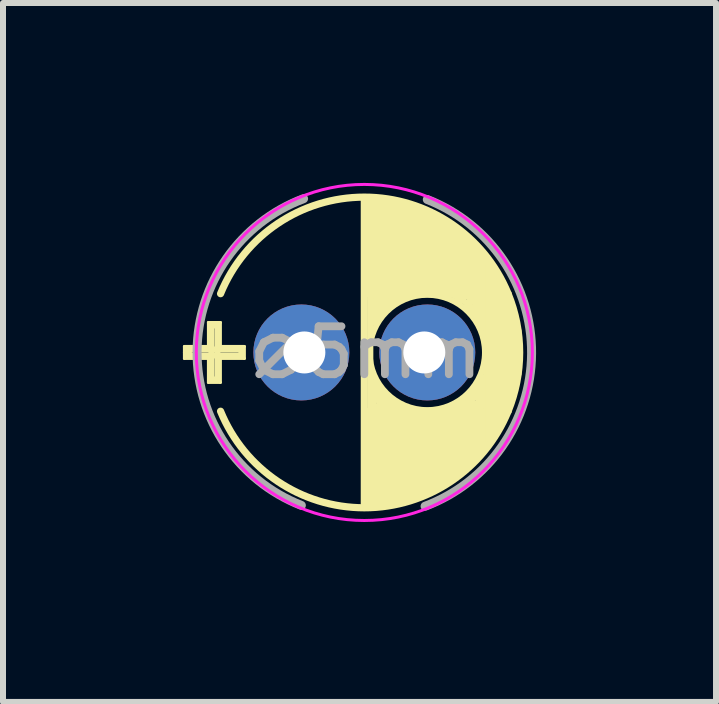
<source format=kicad_pcb>
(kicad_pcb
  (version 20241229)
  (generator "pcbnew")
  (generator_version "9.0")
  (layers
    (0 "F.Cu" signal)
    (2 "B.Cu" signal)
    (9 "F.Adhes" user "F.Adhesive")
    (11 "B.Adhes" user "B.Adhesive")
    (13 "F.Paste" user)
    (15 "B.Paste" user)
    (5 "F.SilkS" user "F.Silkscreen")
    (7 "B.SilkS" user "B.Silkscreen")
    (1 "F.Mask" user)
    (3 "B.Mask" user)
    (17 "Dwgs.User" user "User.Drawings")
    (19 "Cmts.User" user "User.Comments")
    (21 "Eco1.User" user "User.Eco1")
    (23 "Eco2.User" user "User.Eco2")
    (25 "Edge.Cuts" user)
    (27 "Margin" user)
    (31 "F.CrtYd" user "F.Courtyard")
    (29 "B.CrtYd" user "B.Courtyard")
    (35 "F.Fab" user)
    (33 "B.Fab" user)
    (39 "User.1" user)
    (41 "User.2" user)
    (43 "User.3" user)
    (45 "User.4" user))
  (footprint "⌀5mm"
    (layer "F.Cu")
    (at 3.025 2.827)
    (property "Reference" "⌀5mm" (at 0 0 0) (layer "F.Fab") (effects (font (size 0.8 0.8) (thickness 0.13))))
    (attr through_hole)
    (fp_line (start -3 -0.1) (end -3 0.1) (stroke (width 0.05) (type solid)) (layer "F.SilkS"))
    (fp_line (start -3 -0.1) (end -2.6 -0.1) (stroke (width 0.05) (type solid)) (layer "F.SilkS"))
    (fp_line (start -3 0) (end -2.9 0) (stroke (width 0.05) (type solid)) (layer "F.SilkS"))
    (fp_line (start -2.95 -0.05) (end -2.05 -0.05) (stroke (width 0.1) (type solid)) (layer "F.SilkS"))
    (fp_line (start -2.6 -0.5) (end -2.4 -0.5) (stroke (width 0.05) (type solid)) (layer "F.SilkS"))
    (fp_line (start -2.6 -0.1) (end -2.6 -0.5) (stroke (width 0.05) (type solid)) (layer "F.SilkS"))
    (fp_line (start -2.6 0.1) (end -3 0.1) (stroke (width 0.05) (type solid)) (layer "F.SilkS"))
    (fp_line (start -2.6 0.5) (end -2.6 0.1) (stroke (width 0.05) (type solid)) (layer "F.SilkS"))
    (fp_line (start -2.55 -0.45) (end -2.55 0.45) (stroke (width 0.1) (type solid)) (layer "F.SilkS"))
    (fp_line (start -2.55 0.45) (end -2.45 0.45) (stroke (width 0.1) (type solid)) (layer "F.SilkS"))
    (fp_line (start -2.45 -0.45) (end -2.55 -0.45) (stroke (width 0.1) (type solid)) (layer "F.SilkS"))
    (fp_line (start -2.45 0.45) (end -2.45 -0.45) (stroke (width 0.1) (type solid)) (layer "F.SilkS"))
    (fp_line (start -2.4 -0.5) (end -2.4 -0.1) (stroke (width 0.05) (type solid)) (layer "F.SilkS"))
    (fp_line (start -2.4 -0.1) (end -2 -0.1) (stroke (width 0.05) (type solid)) (layer "F.SilkS"))
    (fp_line (start -2.4 0.1) (end -2.4 0.5) (stroke (width 0.05) (type solid)) (layer "F.SilkS"))
    (fp_line (start -2.4 0.5) (end -2.6 0.5) (stroke (width 0.05) (type solid)) (layer "F.SilkS"))
    (fp_line (start -2.05 -0.05) (end -2.05 0.05) (stroke (width 0.1) (type solid)) (layer "F.SilkS"))
    (fp_line (start -2.05 0.05) (end -2.95 0.05) (stroke (width 0.1) (type solid)) (layer "F.SilkS"))
    (fp_line (start -2 -0.1) (end -2 0.1) (stroke (width 0.05) (type solid)) (layer "F.SilkS"))
    (fp_line (start -2 0.1) (end -2.4 0.1) (stroke (width 0.05) (type solid)) (layer "F.SilkS"))
    (fp_line (start 0 -2.55) (end 0 2.55) (stroke (width 0.12) (type solid)) (layer "F.SilkS"))
    (fp_line (start 0.04 -2.55) (end 0.04 -0.98) (stroke (width 0.12) (type solid)) (layer "F.SilkS"))
    (fp_line (start 0.04 0.98) (end 0.04 2.55) (stroke (width 0.12) (type solid)) (layer "F.SilkS"))
    (fp_line (start 0.08 -2.549) (end 0.08 -0.98) (stroke (width 0.12) (type solid)) (layer "F.SilkS"))
    (fp_line (start 0.08 0.98) (end 0.08 2.549) (stroke (width 0.12) (type solid)) (layer "F.SilkS"))
    (fp_line (start 0.1 -0.9) (end 0.6 -0.9) (stroke (width 0.1) (type solid)) (layer "F.SilkS"))
    (fp_line (start 0.1 0.9) (end 0.1 -0.9) (stroke (width 0.1) (type solid)) (layer "F.SilkS"))
    (fp_line (start 0.12 -2.548) (end 0.12 -0.98) (stroke (width 0.12) (type solid)) (layer "F.SilkS"))
    (fp_line (start 0.12 0.98) (end 0.12 2.548) (stroke (width 0.12) (type solid)) (layer "F.SilkS"))
    (fp_line (start 0.15 -0.85) (end 0.4 -0.85) (stroke (width 0.1) (type solid)) (layer "F.SilkS"))
    (fp_line (start 0.15 -0.5) (end 0.15 -0.85) (stroke (width 0.1) (type solid)) (layer "F.SilkS"))
    (fp_line (start 0.15 0.5) (end 0.15 0.9) (stroke (width 0.1) (type solid)) (layer "F.SilkS"))
    (fp_line (start 0.15 0.9) (end 0.5 0.9) (stroke (width 0.1) (type solid)) (layer "F.SilkS"))
    (fp_line (start 0.16 -2.546) (end 0.16 -0.98) (stroke (width 0.12) (type solid)) (layer "F.SilkS"))
    (fp_line (start 0.16 0.98) (end 0.16 2.546) (stroke (width 0.12) (type solid)) (layer "F.SilkS"))
    (fp_line (start 0.2 -2.543) (end 0.2 -0.98) (stroke (width 0.12) (type solid)) (layer "F.SilkS"))
    (fp_line (start 0.2 -0.8) (end 0.25 -0.8) (stroke (width 0.1) (type solid)) (layer "F.SilkS"))
    (fp_line (start 0.2 -0.65) (end 0.2 -0.8) (stroke (width 0.1) (type solid)) (layer "F.SilkS"))
    (fp_line (start 0.2 0.65) (end 0.25 0.85) (stroke (width 0.1) (type solid)) (layer "F.SilkS"))
    (fp_line (start 0.2 0.98) (end 0.2 2.543) (stroke (width 0.12) (type solid)) (layer "F.SilkS"))
    (fp_line (start 0.24 -2.539) (end 0.24 -0.98) (stroke (width 0.12) (type solid)) (layer "F.SilkS"))
    (fp_line (start 0.24 0.98) (end 0.24 2.539) (stroke (width 0.12) (type solid)) (layer "F.SilkS"))
    (fp_line (start 0.25 -0.7) (end 0.2 -0.65) (stroke (width 0.1) (type solid)) (layer "F.SilkS"))
    (fp_line (start 0.25 0.85) (end 0.35 0.85) (stroke (width 0.1) (type solid)) (layer "F.SilkS"))
    (fp_line (start 0.28 -2.535) (end 0.28 -0.98) (stroke (width 0.12) (type solid)) (layer "F.SilkS"))
    (fp_line (start 0.28 0.98) (end 0.28 2.535) (stroke (width 0.12) (type solid)) (layer "F.SilkS"))
    (fp_line (start 0.32 -2.531) (end 0.32 -0.98) (stroke (width 0.12) (type solid)) (layer "F.SilkS"))
    (fp_line (start 0.32 0.98) (end 0.32 2.531) (stroke (width 0.12) (type solid)) (layer "F.SilkS"))
    (fp_line (start 0.35 -0.75) (end 0.15 -0.5) (stroke (width 0.1) (type solid)) (layer "F.SilkS"))
    (fp_line (start 0.35 0.75) (end 0.15 0.5) (stroke (width 0.1) (type solid)) (layer "F.SilkS"))
    (fp_line (start 0.35 0.85) (end 0.3 0.8) (stroke (width 0.1) (type solid)) (layer "F.SilkS"))
    (fp_line (start 0.36 -2.525) (end 0.36 -0.98) (stroke (width 0.12) (type solid)) (layer "F.SilkS"))
    (fp_line (start 0.36 0.98) (end 0.36 2.525) (stroke (width 0.12) (type solid)) (layer "F.SilkS"))
    (fp_line (start 0.4 -2.519) (end 0.4 -0.98) (stroke (width 0.12) (type solid)) (layer "F.SilkS"))
    (fp_line (start 0.4 -0.85) (end 0.25 -0.7) (stroke (width 0.1) (type solid)) (layer "F.SilkS"))
    (fp_line (start 0.4 0.98) (end 0.4 2.519) (stroke (width 0.12) (type solid)) (layer "F.SilkS"))
    (fp_line (start 0.44 -2.513) (end 0.44 -0.98) (stroke (width 0.12) (type solid)) (layer "F.SilkS"))
    (fp_line (start 0.44 0.98) (end 0.44 2.513) (stroke (width 0.12) (type solid)) (layer "F.SilkS"))
    (fp_line (start 0.48 -2.506) (end 0.48 -0.98) (stroke (width 0.12) (type solid)) (layer "F.SilkS"))
    (fp_line (start 0.48 0.98) (end 0.48 2.506) (stroke (width 0.12) (type solid)) (layer "F.SilkS"))
    (fp_line (start 0.5 0.9) (end 0.2 0.65) (stroke (width 0.1) (type solid)) (layer "F.SilkS"))
    (fp_line (start 0.52 -2.498) (end 0.52 -0.98) (stroke (width 0.12) (type solid)) (layer "F.SilkS"))
    (fp_line (start 0.52 0.98) (end 0.52 2.498) (stroke (width 0.12) (type solid)) (layer "F.SilkS"))
    (fp_line (start 0.56 -2.489) (end 0.56 -0.98) (stroke (width 0.12) (type solid)) (layer "F.SilkS"))
    (fp_line (start 0.56 0.98) (end 0.56 2.489) (stroke (width 0.12) (type solid)) (layer "F.SilkS"))
    (fp_line (start 0.6 -2.48) (end 0.6 -0.98) (stroke (width 0.12) (type solid)) (layer "F.SilkS"))
    (fp_line (start 0.6 -0.9) (end 0.35 -0.75) (stroke (width 0.1) (type solid)) (layer "F.SilkS"))
    (fp_line (start 0.6 0.98) (end 0.6 2.48) (stroke (width 0.12) (type solid)) (layer "F.SilkS"))
    (fp_line (start 0.64 -2.47) (end 0.64 -0.98) (stroke (width 0.12) (type solid)) (layer "F.SilkS"))
    (fp_line (start 0.64 0.98) (end 0.64 2.47) (stroke (width 0.12) (type solid)) (layer "F.SilkS"))
    (fp_line (start 0.65 0.95) (end 0.35 0.75) (stroke (width 0.1) (type solid)) (layer "F.SilkS"))
    (fp_line (start 0.68 -2.46) (end 0.68 -0.98) (stroke (width 0.12) (type solid)) (layer "F.SilkS"))
    (fp_line (start 0.68 0.98) (end 0.68 2.46) (stroke (width 0.12) (type solid)) (layer "F.SilkS"))
    (fp_line (start 0.721 -2.448) (end 0.721 -0.98) (stroke (width 0.12) (type solid)) (layer "F.SilkS"))
    (fp_line (start 0.721 0.98) (end 0.721 2.448) (stroke (width 0.12) (type solid)) (layer "F.SilkS"))
    (fp_line (start 0.761 -2.436) (end 0.761 -0.98) (stroke (width 0.12) (type solid)) (layer "F.SilkS"))
    (fp_line (start 0.761 0.98) (end 0.761 2.436) (stroke (width 0.12) (type solid)) (layer "F.SilkS"))
    (fp_line (start 0.801 -2.424) (end 0.801 -0.98) (stroke (width 0.12) (type solid)) (layer "F.SilkS"))
    (fp_line (start 0.801 0.98) (end 0.801 2.424) (stroke (width 0.12) (type solid)) (layer "F.SilkS"))
    (fp_line (start 0.841 -2.41) (end 0.841 -0.98) (stroke (width 0.12) (type solid)) (layer "F.SilkS"))
    (fp_line (start 0.841 0.98) (end 0.841 2.41) (stroke (width 0.12) (type solid)) (layer "F.SilkS"))
    (fp_line (start 0.881 -2.396) (end 0.881 -0.98) (stroke (width 0.12) (type solid)) (layer "F.SilkS"))
    (fp_line (start 0.881 0.98) (end 0.881 2.396) (stroke (width 0.12) (type solid)) (layer "F.SilkS"))
    (fp_line (start 0.921 -2.382) (end 0.921 -0.98) (stroke (width 0.12) (type solid)) (layer "F.SilkS"))
    (fp_line (start 0.921 0.98) (end 0.921 2.382) (stroke (width 0.12) (type solid)) (layer "F.SilkS"))
    (fp_line (start 0.961 -2.366) (end 0.961 -0.98) (stroke (width 0.12) (type solid)) (layer "F.SilkS"))
    (fp_line (start 0.961 0.98) (end 0.961 2.366) (stroke (width 0.12) (type solid)) (layer "F.SilkS"))
    (fp_line (start 1.001 -2.35) (end 1.001 -0.98) (stroke (width 0.12) (type solid)) (layer "F.SilkS"))
    (fp_line (start 1.001 0.98) (end 1.001 2.35) (stroke (width 0.12) (type solid)) (layer "F.SilkS"))
    (fp_line (start 1.041 -2.333) (end 1.041 -0.98) (stroke (width 0.12) (type solid)) (layer "F.SilkS"))
    (fp_line (start 1.041 0.98) (end 1.041 2.333) (stroke (width 0.12) (type solid)) (layer "F.SilkS"))
    (fp_line (start 1.081 -2.315) (end 1.081 -0.98) (stroke (width 0.12) (type solid)) (layer "F.SilkS"))
    (fp_line (start 1.081 0.98) (end 1.081 2.315) (stroke (width 0.12) (type solid)) (layer "F.SilkS"))
    (fp_line (start 1.121 -2.296) (end 1.121 -0.98) (stroke (width 0.12) (type solid)) (layer "F.SilkS"))
    (fp_line (start 1.121 0.98) (end 1.121 2.296) (stroke (width 0.12) (type solid)) (layer "F.SilkS"))
    (fp_line (start 1.161 -2.276) (end 1.161 -0.98) (stroke (width 0.12) (type solid)) (layer "F.SilkS"))
    (fp_line (start 1.161 0.98) (end 1.161 2.276) (stroke (width 0.12) (type solid)) (layer "F.SilkS"))
    (fp_line (start 1.201 -2.256) (end 1.201 -0.98) (stroke (width 0.12) (type solid)) (layer "F.SilkS"))
    (fp_line (start 1.201 0.98) (end 1.201 2.256) (stroke (width 0.12) (type solid)) (layer "F.SilkS"))
    (fp_line (start 1.241 -2.234) (end 1.241 -0.98) (stroke (width 0.12) (type solid)) (layer "F.SilkS"))
    (fp_line (start 1.241 0.98) (end 1.241 2.234) (stroke (width 0.12) (type solid)) (layer "F.SilkS"))
    (fp_line (start 1.281 -2.212) (end 1.281 -0.98) (stroke (width 0.12) (type solid)) (layer "F.SilkS"))
    (fp_line (start 1.281 0.98) (end 1.281 2.212) (stroke (width 0.12) (type solid)) (layer "F.SilkS"))
    (fp_line (start 1.321 -2.189) (end 1.321 -0.98) (stroke (width 0.12) (type solid)) (layer "F.SilkS"))
    (fp_line (start 1.321 0.98) (end 1.321 2.189) (stroke (width 0.12) (type solid)) (layer "F.SilkS"))
    (fp_line (start 1.361 -2.165) (end 1.361 -0.98) (stroke (width 0.12) (type solid)) (layer "F.SilkS"))
    (fp_line (start 1.361 0.98) (end 1.361 2.165) (stroke (width 0.12) (type solid)) (layer "F.SilkS"))
    (fp_line (start 1.4 0.95) (end 1.9 0.6) (stroke (width 0.1) (type solid)) (layer "F.SilkS"))
    (fp_line (start 1.401 -2.14) (end 1.401 -0.98) (stroke (width 0.12) (type solid)) (layer "F.SilkS"))
    (fp_line (start 1.401 0.98) (end 1.401 2.14) (stroke (width 0.12) (type solid)) (layer "F.SilkS"))
    (fp_line (start 1.441 -2.113) (end 1.441 -0.98) (stroke (width 0.12) (type solid)) (layer "F.SilkS"))
    (fp_line (start 1.441 0.98) (end 1.441 2.113) (stroke (width 0.12) (type solid)) (layer "F.SilkS"))
    (fp_line (start 1.481 -2.086) (end 1.481 -0.98) (stroke (width 0.12) (type solid)) (layer "F.SilkS"))
    (fp_line (start 1.481 0.98) (end 1.481 2.086) (stroke (width 0.12) (type solid)) (layer "F.SilkS"))
    (fp_line (start 1.5 -0.95) (end 2 -0.9) (stroke (width 0.1) (type solid)) (layer "F.SilkS"))
    (fp_line (start 1.5 0.95) (end 1.85 0.7) (stroke (width 0.1) (type solid)) (layer "F.SilkS"))
    (fp_line (start 1.521 -2.058) (end 1.521 -0.98) (stroke (width 0.12) (type solid)) (layer "F.SilkS"))
    (fp_line (start 1.521 0.98) (end 1.521 2.058) (stroke (width 0.12) (type solid)) (layer "F.SilkS"))
    (fp_line (start 1.561 -2.028) (end 1.561 -0.98) (stroke (width 0.12) (type solid)) (layer "F.SilkS"))
    (fp_line (start 1.561 0.98) (end 1.561 2.028) (stroke (width 0.12) (type solid)) (layer "F.SilkS"))
    (fp_line (start 1.601 -1.997) (end 1.601 -0.98) (stroke (width 0.12) (type solid)) (layer "F.SilkS"))
    (fp_line (start 1.601 0.98) (end 1.601 1.997) (stroke (width 0.12) (type solid)) (layer "F.SilkS"))
    (fp_line (start 1.641 -1.965) (end 1.641 -0.98) (stroke (width 0.12) (type solid)) (layer "F.SilkS"))
    (fp_line (start 1.641 0.98) (end 1.641 1.965) (stroke (width 0.12) (type solid)) (layer "F.SilkS"))
    (fp_line (start 1.65 0.9) (end 1.9 0.7) (stroke (width 0.1) (type solid)) (layer "F.SilkS"))
    (fp_line (start 1.681 -1.932) (end 1.681 -0.98) (stroke (width 0.12) (type solid)) (layer "F.SilkS"))
    (fp_line (start 1.681 0.98) (end 1.681 1.932) (stroke (width 0.12) (type solid)) (layer "F.SilkS"))
    (fp_line (start 1.7 -0.75) (end 1.75 -0.85) (stroke (width 0.1) (type solid)) (layer "F.SilkS"))
    (fp_line (start 1.721 -1.897) (end 1.721 -0.98) (stroke (width 0.12) (type solid)) (layer "F.SilkS"))
    (fp_line (start 1.721 0.98) (end 1.721 1.897) (stroke (width 0.12) (type solid)) (layer "F.SilkS"))
    (fp_line (start 1.75 -0.85) (end 1.95 -0.85) (stroke (width 0.1) (type solid)) (layer "F.SilkS"))
    (fp_line (start 1.75 -0.8) (end 1.5 -0.95) (stroke (width 0.1) (type solid)) (layer "F.SilkS"))
    (fp_line (start 1.761 -1.861) (end 1.761 -0.98) (stroke (width 0.12) (type solid)) (layer "F.SilkS"))
    (fp_line (start 1.761 0.98) (end 1.761 1.861) (stroke (width 0.12) (type solid)) (layer "F.SilkS"))
    (fp_line (start 1.801 -1.823) (end 1.801 -0.98) (stroke (width 0.12) (type solid)) (layer "F.SilkS"))
    (fp_line (start 1.801 0.98) (end 1.801 1.823) (stroke (width 0.12) (type solid)) (layer "F.SilkS"))
    (fp_line (start 1.841 -1.783) (end 1.841 -0.98) (stroke (width 0.12) (type solid)) (layer "F.SilkS"))
    (fp_line (start 1.841 0.98) (end 1.841 1.783) (stroke (width 0.12) (type solid)) (layer "F.SilkS"))
    (fp_line (start 1.85 -0.8) (end 1.9 -0.8) (stroke (width 0.1) (type solid)) (layer "F.SilkS"))
    (fp_line (start 1.85 0.7) (end 1.9 0.55) (stroke (width 0.1) (type solid)) (layer "F.SilkS"))
    (fp_line (start 1.881 -1.742) (end 1.881 -0.98) (stroke (width 0.12) (type solid)) (layer "F.SilkS"))
    (fp_line (start 1.881 0.98) (end 1.881 1.742) (stroke (width 0.12) (type solid)) (layer "F.SilkS"))
    (fp_line (start 1.9 0.55) (end 1.95 0.4) (stroke (width 0.1) (type solid)) (layer "F.SilkS"))
    (fp_line (start 1.9 0.7) (end 1.9 0.85) (stroke (width 0.1) (type solid)) (layer "F.SilkS"))
    (fp_line (start 1.9 0.85) (end 1.8 0.85) (stroke (width 0.1) (type solid)) (layer "F.SilkS"))
    (fp_line (start 1.921 -1.699) (end 1.921 -0.98) (stroke (width 0.12) (type solid)) (layer "F.SilkS"))
    (fp_line (start 1.921 0.98) (end 1.921 1.699) (stroke (width 0.12) (type solid)) (layer "F.SilkS"))
    (fp_line (start 1.95 -0.85) (end 1.95 -0.55) (stroke (width 0.1) (type solid)) (layer "F.SilkS"))
    (fp_line (start 1.95 -0.55) (end 1.85 -0.8) (stroke (width 0.1) (type solid)) (layer "F.SilkS"))
    (fp_line (start 1.95 0.4) (end 1.95 0.9) (stroke (width 0.1) (type solid)) (layer "F.SilkS"))
    (fp_line (start 1.95 0.9) (end 1.65 0.9) (stroke (width 0.1) (type solid)) (layer "F.SilkS"))
    (fp_line (start 1.961 -1.654) (end 1.961 -0.98) (stroke (width 0.12) (type solid)) (layer "F.SilkS"))
    (fp_line (start 1.961 0.98) (end 1.961 1.654) (stroke (width 0.12) (type solid)) (layer "F.SilkS"))
    (fp_line (start 2 -0.9) (end 2 -0.6) (stroke (width 0.1) (type solid)) (layer "F.SilkS"))
    (fp_line (start 2 -0.6) (end 1.7 -0.75) (stroke (width 0.1) (type solid)) (layer "F.SilkS"))
    (fp_line (start 2.041 -1.556) (end 2.041 1.556) (stroke (width 0.12) (type solid)) (layer "F.SilkS"))
    (fp_line (start 2.05 -0.35) (end 1.75 -0.8) (stroke (width 0.1) (type solid)) (layer "F.SilkS"))
    (fp_line (start 2.081 -1.504) (end 2.081 1.504) (stroke (width 0.12) (type solid)) (layer "F.SilkS"))
    (fp_line (start 2.121 -1.448) (end 2.121 1.448) (stroke (width 0.12) (type solid)) (layer "F.SilkS"))
    (fp_line (start 2.161 -1.39) (end 2.161 1.39) (stroke (width 0.12) (type solid)) (layer "F.SilkS"))
    (fp_line (start 2.201 -1.327) (end 2.201 1.327) (stroke (width 0.12) (type solid)) (layer "F.SilkS"))
    (fp_line (start 2.241 -1.261) (end 2.241 1.261) (stroke (width 0.12) (type solid)) (layer "F.SilkS"))
    (fp_line (start 2.281 -1.189) (end 2.281 1.189) (stroke (width 0.12) (type solid)) (layer "F.SilkS"))
    (fp_line (start 2.321 -1.112) (end 2.321 1.112) (stroke (width 0.12) (type solid)) (layer "F.SilkS"))
    (fp_line (start 2.361 -1.028) (end 2.361 1.028) (stroke (width 0.12) (type solid)) (layer "F.SilkS"))
    (fp_line (start 2.401 -0.934) (end 2.401 0.934) (stroke (width 0.12) (type solid)) (layer "F.SilkS"))
    (fp_line (start 2.441 -0.829) (end 2.441 0.829) (stroke (width 0.12) (type solid)) (layer "F.SilkS"))
    (fp_line (start 2.481 -0.707) (end 2.481 0.707) (stroke (width 0.12) (type solid)) (layer "F.SilkS"))
    (fp_line (start 2.521 -0.559) (end 2.521 0.559) (stroke (width 0.12) (type solid)) (layer "F.SilkS"))
    (fp_line (start 2.561 -0.354) (end 2.561 0.354) (stroke (width 0.12) (type solid)) (layer "F.SilkS"))
    (fp_arc (start -2.397436 -0.98) (mid -0.000756 -2.59) (end 2.396863 -0.9814) (stroke (width 0.12) (type solid)) (layer "F.SilkS"))
    (fp_arc (start 2.396863 0.9814) (mid -0.000756 2.59) (end -2.397436 0.98) (stroke (width 0.12) (type solid)) (layer "F.SilkS"))
    (fp_arc (start 2.397436 -0.98) (mid 2.59 0.000756) (end 2.396863 0.9814) (stroke (width 0.12) (type solid)) (layer "F.SilkS"))
    (fp_circle (center 1.05 0) (end 1.5 0.85) (stroke (width 0.1) (type solid)) (fill no) (layer "F.SilkS"))
    (fp_circle (center 0 0) (end 1.6 2.3) (stroke (width 0.05) (type solid)) (fill no) (layer "F.CrtYd"))
    (fp_arc (start -1.05 2.55) (mid -2.788998 -0.019742) (end -1.013138 -2.56415) (stroke (width 0.15) (type solid)) (layer "F.Fab"))
    (fp_arc (start 1.05 -2.55) (mid 2.788998 0.019742) (end 1.013138 2.56415) (stroke (width 0.15) (type solid)) (layer "F.Fab"))
    (pad "1" thru_hole oval (at -1 0) (size 1.6 1.6) (drill 0.7 (offset -0.05 0)) (layers "*.Cu" "*.Mask"))
    (pad "2" thru_hole oval (at 1 0) (size 1.6 1.6) (drill 0.7 (offset 0.05 0)) (layers "*.Cu" "*.Mask")))
  (gr_rect
    (start -3 -3)
    (end 8.889 8.654)
    (stroke (width 0.1) (type default))
    (fill no)
    (layer "Edge.Cuts")))
</source>
